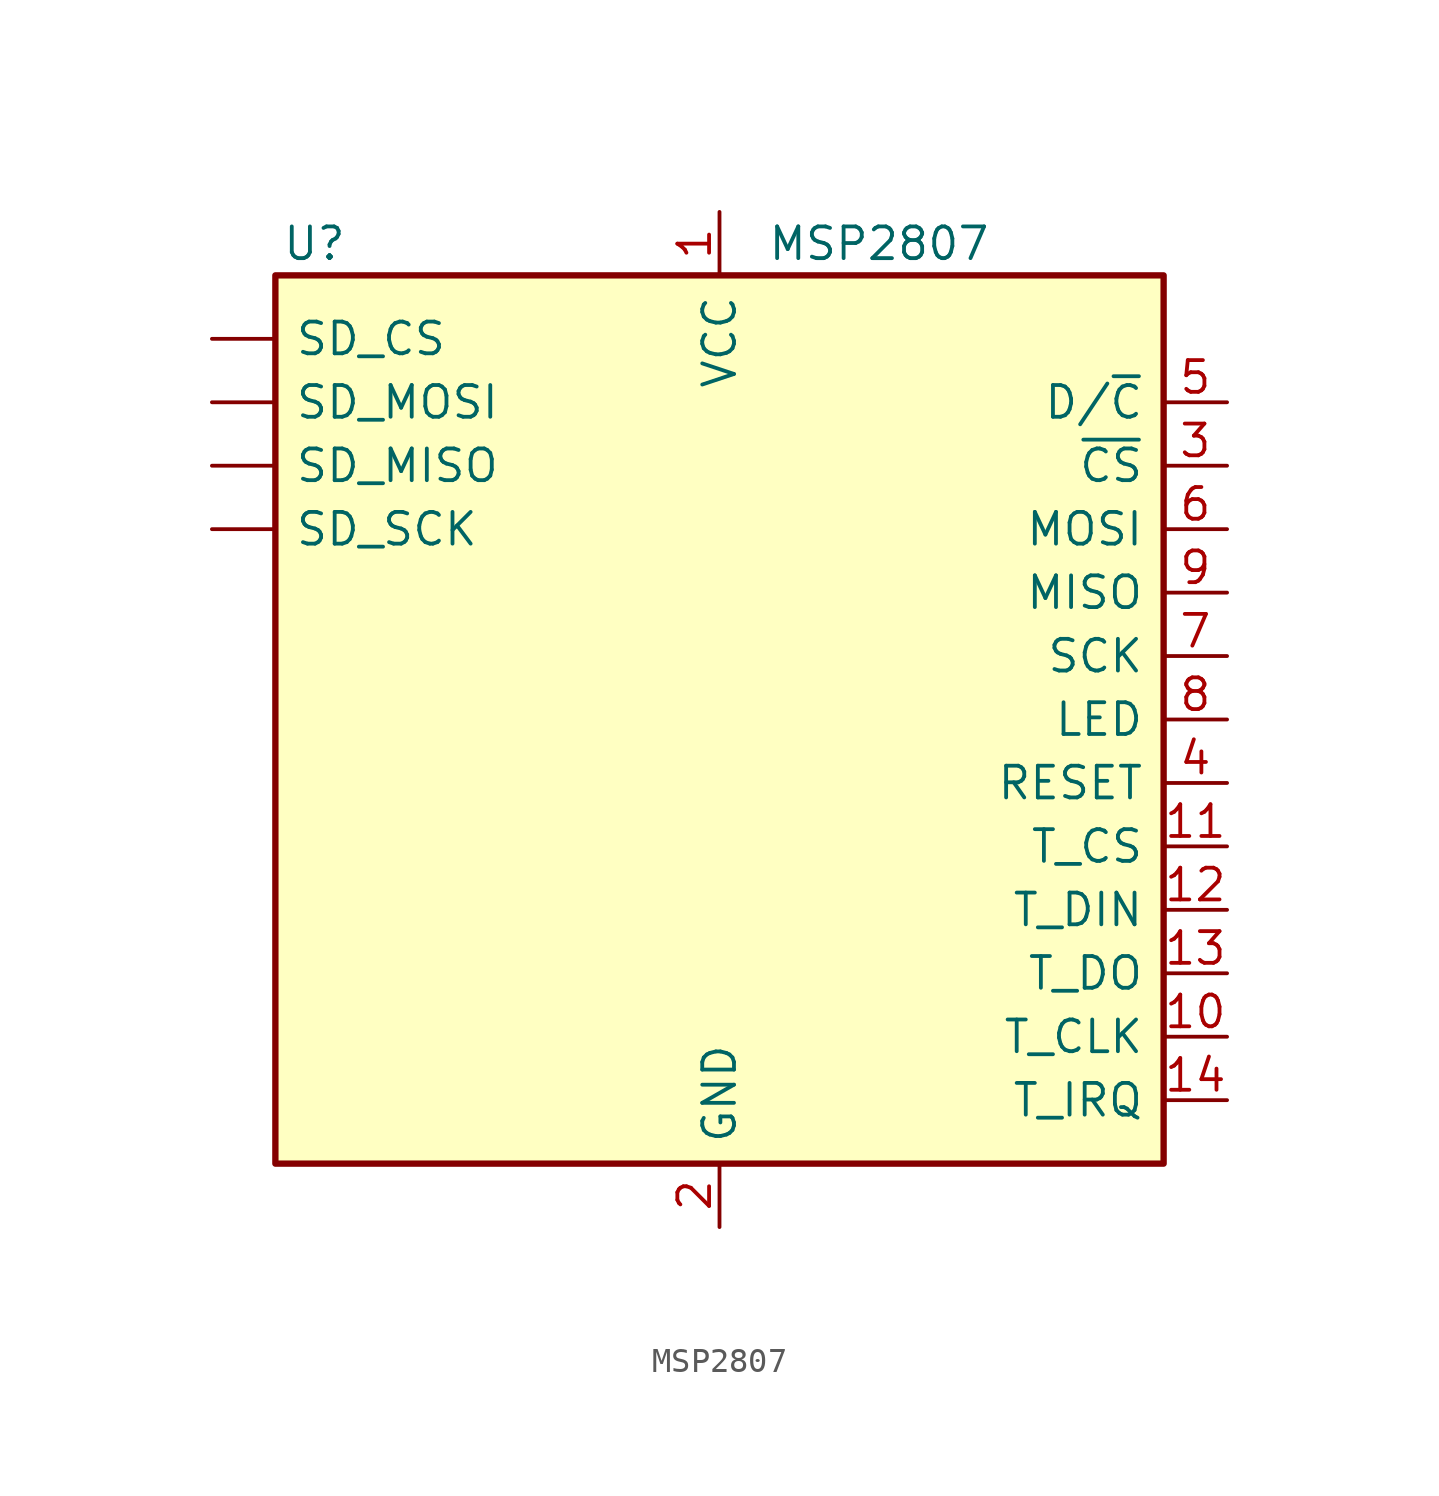
<source format=kicad_sym>
(kicad_symbol_lib
  (version 20211014)
  (generator kicad_symbol_editor)
  (symbol "MSP2807"
    (pin_names
      (offset 0.762))
    (property "Reference" "U"
      (at -23.876 1.27 0)
      (effects (font (size 1.27 1.27)) (justify left)))
    (property "Value" "MSP2807"
      (at -4.445 1.27 0)
      (effects (font (size 1.27 1.27)) (justify left)))
    (symbol "MSP2807_0_1"
      (rectangle (start -24.13 0) (end 11.43 -35.56) (stroke (width 0.254) (type default) (color 0 0 0 0)) (fill (type background))))
    (symbol "MSP2807_1_1"
      (pin input line (at -26.67 -2.54 0) (length 2.54) (name "SD_CS" (effects (font (size 1.27 1.27)))) (number "" (effects (font (size 1.27 1.27)))))
      (pin output line (at -26.67 -7.62 0) (length 2.54) (name "SD_MISO" (effects (font (size 1.27 1.27)))) (number "" (effects (font (size 1.27 1.27)))))
      (pin input line (at -26.67 -5.08 0) (length 2.54) (name "SD_MOSI" (effects (font (size 1.27 1.27)))) (number "" (effects (font (size 1.27 1.27)))))
      (pin input line (at -26.67 -10.16 0) (length 2.54) (name "SD_SCK" (effects (font (size 1.27 1.27)))) (number "" (effects (font (size 1.27 1.27)))))
      (pin power_in line (at -6.35 2.54 270) (length 2.54) (name "VCC" (effects (font (size 1.27 1.27)))) (number "1" (effects (font (size 1.27 1.27)))))
      (pin input line (at 13.97 -30.48 180) (length 2.54) (name "T_CLK" (effects (font (size 1.27 1.27)))) (number "10" (effects (font (size 1.27 1.27)))))
      (pin input line (at 13.97 -22.86 180) (length 2.54) (name "T_CS" (effects (font (size 1.27 1.27)))) (number "11" (effects (font (size 1.27 1.27)))))
      (pin input line (at 13.97 -25.4 180) (length 2.54) (name "T_DIN" (effects (font (size 1.27 1.27)))) (number "12" (effects (font (size 1.27 1.27)))))
      (pin input line (at 13.97 -27.94 180) (length 2.54) (name "T_DO" (effects (font (size 1.27 1.27)))) (number "13" (effects (font (size 1.27 1.27)))))
      (pin input line (at 13.97 -33.02 180) (length 2.54) (name "T_IRQ" (effects (font (size 1.27 1.27)))) (number "14" (effects (font (size 1.27 1.27)))))
      (pin power_in line (at -6.35 -38.1 90) (length 2.54) (name "GND" (effects (font (size 1.27 1.27)))) (number "2" (effects (font (size 1.27 1.27)))))
      (pin input line (at 13.97 -7.62 180) (length 2.54) (name "~{CS}" (effects (font (size 1.27 1.27)))) (number "3" (effects (font (size 1.27 1.27)))))
      (pin input line (at 13.97 -20.32 180) (length 2.54) (name "RESET" (effects (font (size 1.27 1.27)))) (number "4" (effects (font (size 1.27 1.27)))))
      (pin input line (at 13.97 -5.08 180) (length 2.54) (name "D/~{C}" (effects (font (size 1.27 1.27)))) (number "5" (effects (font (size 1.27 1.27)))))
      (pin input line (at 13.97 -10.16 180) (length 2.54) (name "MOSI" (effects (font (size 1.27 1.27)))) (number "6" (effects (font (size 1.27 1.27)))))
      (pin input line (at 13.97 -15.24 180) (length 2.54) (name "SCK" (effects (font (size 1.27 1.27)))) (number "7" (effects (font (size 1.27 1.27)))))
      (pin input line (at 13.97 -17.78 180) (length 2.54) (name "LED" (effects (font (size 1.27 1.27)))) (number "8" (effects (font (size 1.27 1.27)))))
      (pin output line (at 13.97 -12.7 180) (length 2.54) (name "MISO" (effects (font (size 1.27 1.27)))) (number "9" (effects (font (size 1.27 1.27))))))))
</source>
